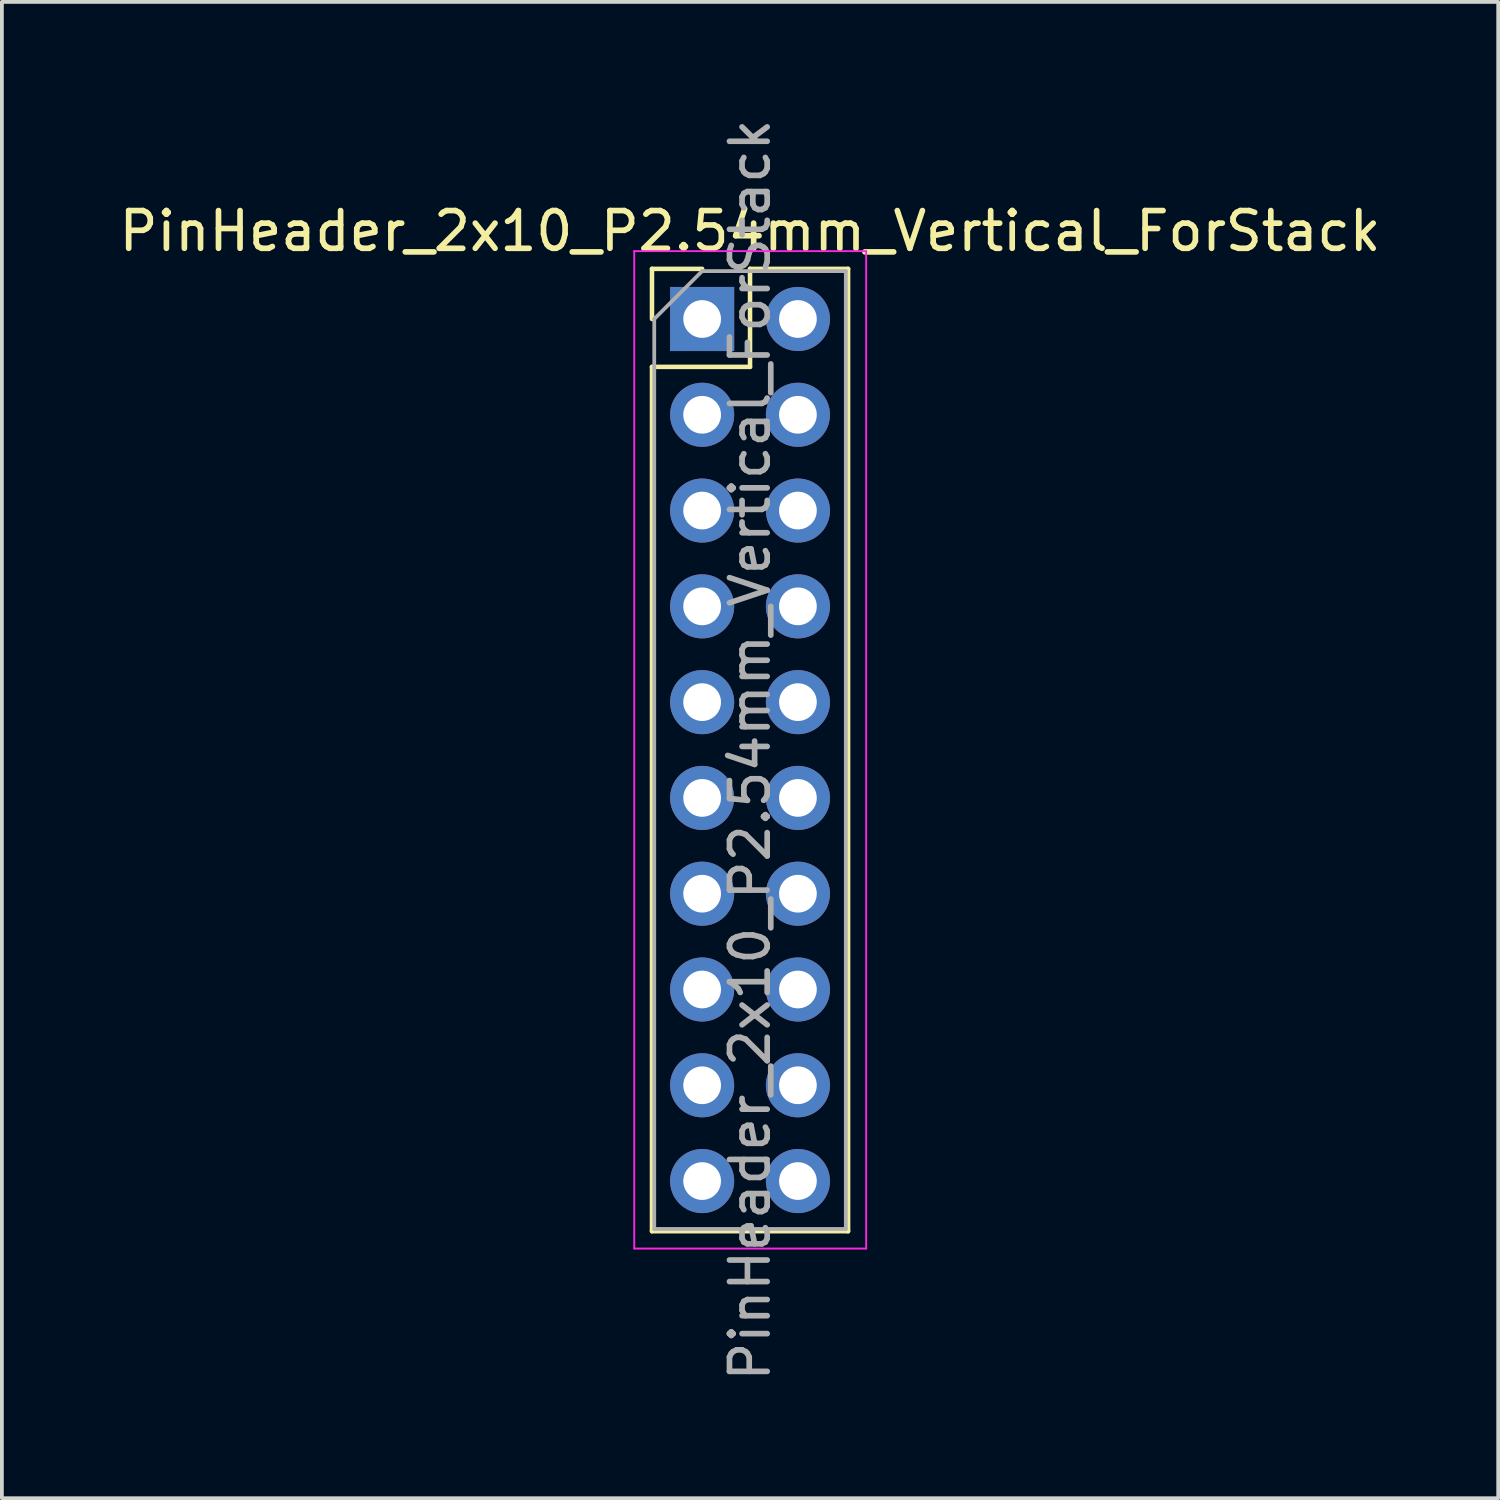
<source format=kicad_pcb>
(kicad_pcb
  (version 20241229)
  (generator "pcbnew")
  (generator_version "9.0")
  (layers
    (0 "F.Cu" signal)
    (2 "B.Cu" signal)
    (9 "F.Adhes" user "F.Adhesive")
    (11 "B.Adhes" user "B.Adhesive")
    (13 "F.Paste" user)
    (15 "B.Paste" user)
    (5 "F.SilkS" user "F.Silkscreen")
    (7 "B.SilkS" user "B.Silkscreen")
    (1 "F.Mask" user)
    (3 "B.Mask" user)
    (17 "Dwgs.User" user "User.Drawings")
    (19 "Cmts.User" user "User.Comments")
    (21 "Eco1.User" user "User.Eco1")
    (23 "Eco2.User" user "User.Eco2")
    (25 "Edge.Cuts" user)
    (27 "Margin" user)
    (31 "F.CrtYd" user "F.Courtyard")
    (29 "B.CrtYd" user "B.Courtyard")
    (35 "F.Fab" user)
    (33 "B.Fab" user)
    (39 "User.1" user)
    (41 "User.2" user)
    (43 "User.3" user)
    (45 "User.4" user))
  (footprint "PinHeader_2x10_P2.54mm_Vertical_ForStack"
    (layer "F.Cu")
    (at 15.569 5.409)
    (property "Reference" "PinHeader_2x10_P2.54mm_Vertical_ForStack" (at 1.27 -2.33 0) (layer "F.SilkS") (effects (font (size 1 1) (thickness 0.15))))
    (attr through_hole)
    (fp_line (start -1.33 -1.33) (end 0 -1.33) (stroke (width 0.12) (type solid)) (layer "F.SilkS"))
    (fp_line (start -1.33 0) (end -1.33 -1.33) (stroke (width 0.12) (type solid)) (layer "F.SilkS"))
    (fp_line (start -1.33 1.27) (end -1.33 24.19) (stroke (width 0.12) (type solid)) (layer "F.SilkS"))
    (fp_line (start -1.33 1.27) (end 1.27 1.27) (stroke (width 0.12) (type solid)) (layer "F.SilkS"))
    (fp_line (start -1.33 24.19) (end 3.87 24.19) (stroke (width 0.12) (type solid)) (layer "F.SilkS"))
    (fp_line (start 1.27 -1.33) (end 3.87 -1.33) (stroke (width 0.12) (type solid)) (layer "F.SilkS"))
    (fp_line (start 1.27 1.27) (end 1.27 -1.33) (stroke (width 0.12) (type solid)) (layer "F.SilkS"))
    (fp_line (start 3.87 -1.33) (end 3.87 24.19) (stroke (width 0.12) (type solid)) (layer "F.SilkS"))
    (fp_line (start -1.8 -1.8) (end -1.8 24.65) (stroke (width 0.05) (type solid)) (layer "F.CrtYd"))
    (fp_line (start -1.8 24.65) (end 4.35 24.65) (stroke (width 0.05) (type solid)) (layer "F.CrtYd"))
    (fp_line (start 4.35 -1.8) (end -1.8 -1.8) (stroke (width 0.05) (type solid)) (layer "F.CrtYd"))
    (fp_line (start 4.35 24.65) (end 4.35 -1.8) (stroke (width 0.05) (type solid)) (layer "F.CrtYd"))
    (fp_line (start -1.27 0) (end 0 -1.27) (stroke (width 0.1) (type solid)) (layer "F.Fab"))
    (fp_line (start -1.27 24.13) (end -1.27 0) (stroke (width 0.1) (type solid)) (layer "F.Fab"))
    (fp_line (start 0 -1.27) (end 3.81 -1.27) (stroke (width 0.1) (type solid)) (layer "F.Fab"))
    (fp_line (start 3.81 -1.27) (end 3.81 24.13) (stroke (width 0.1) (type solid)) (layer "F.Fab"))
    (fp_line (start 3.81 24.13) (end -1.27 24.13) (stroke (width 0.1) (type solid)) (layer "F.Fab"))
    (fp_text user "${REFERENCE}" (at 1.27 11.43 90) (layer "F.Fab") (effects (font (size 1 1) (thickness 0.15))))
    (pad "1" thru_hole rect (at 0 0) (size 1.7 1.7) (drill 1) (layers "*.Cu" "*.Mask"))
    (pad "2" thru_hole oval (at 2.54 0) (size 1.7 1.7) (drill 1) (layers "*.Cu" "*.Mask"))
    (pad "3" thru_hole oval (at 0 2.54) (size 1.7 1.7) (drill 1) (layers "*.Cu" "*.Mask"))
    (pad "4" thru_hole oval (at 2.54 2.54) (size 1.7 1.7) (drill 1) (layers "*.Cu" "*.Mask"))
    (pad "5" thru_hole oval (at 0 5.08) (size 1.7 1.7) (drill 1) (layers "*.Cu" "*.Mask"))
    (pad "6" thru_hole oval (at 2.54 5.08) (size 1.7 1.7) (drill 1) (layers "*.Cu" "*.Mask"))
    (pad "7" thru_hole oval (at 0 7.62) (size 1.7 1.7) (drill 1) (layers "*.Cu" "*.Mask"))
    (pad "8" thru_hole oval (at 2.54 7.62) (size 1.7 1.7) (drill 1) (layers "*.Cu" "*.Mask"))
    (pad "9" thru_hole oval (at 0 10.16) (size 1.7 1.7) (drill 1) (layers "*.Cu" "*.Mask"))
    (pad "10" thru_hole oval (at 2.54 10.16) (size 1.7 1.7) (drill 1) (layers "*.Cu" "*.Mask"))
    (pad "11" thru_hole oval (at 0 12.7) (size 1.7 1.7) (drill 1) (layers "*.Cu" "*.Mask"))
    (pad "12" thru_hole oval (at 2.54 12.7) (size 1.7 1.7) (drill 1) (layers "*.Cu" "*.Mask"))
    (pad "13" thru_hole oval (at 0 15.24) (size 1.7 1.7) (drill 1) (layers "*.Cu" "*.Mask"))
    (pad "14" thru_hole oval (at 2.54 15.24) (size 1.7 1.7) (drill 1) (layers "*.Cu" "*.Mask"))
    (pad "15" thru_hole oval (at 0 17.78) (size 1.7 1.7) (drill 1) (layers "*.Cu" "*.Mask"))
    (pad "16" thru_hole oval (at 2.54 17.78) (size 1.7 1.7) (drill 1) (layers "*.Cu" "*.Mask"))
    (pad "17" thru_hole oval (at 0 20.32) (size 1.7 1.7) (drill 1) (layers "*.Cu" "*.Mask"))
    (pad "18" thru_hole oval (at 2.54 20.32) (size 1.7 1.7) (drill 1) (layers "*.Cu" "*.Mask"))
    (pad "19" thru_hole oval (at 0 22.86) (size 1.7 1.7) (drill 1) (layers "*.Cu" "*.Mask"))
    (pad "20" thru_hole oval (at 2.54 22.86) (size 1.7 1.7) (drill 1) (layers "*.Cu" "*.Mask")))
  (gr_rect
    (start -3 -3)
    (end 36.679 36.679)
    (stroke (width 0.1) (type default))
    (fill no)
    (layer "Edge.Cuts")))
</source>
